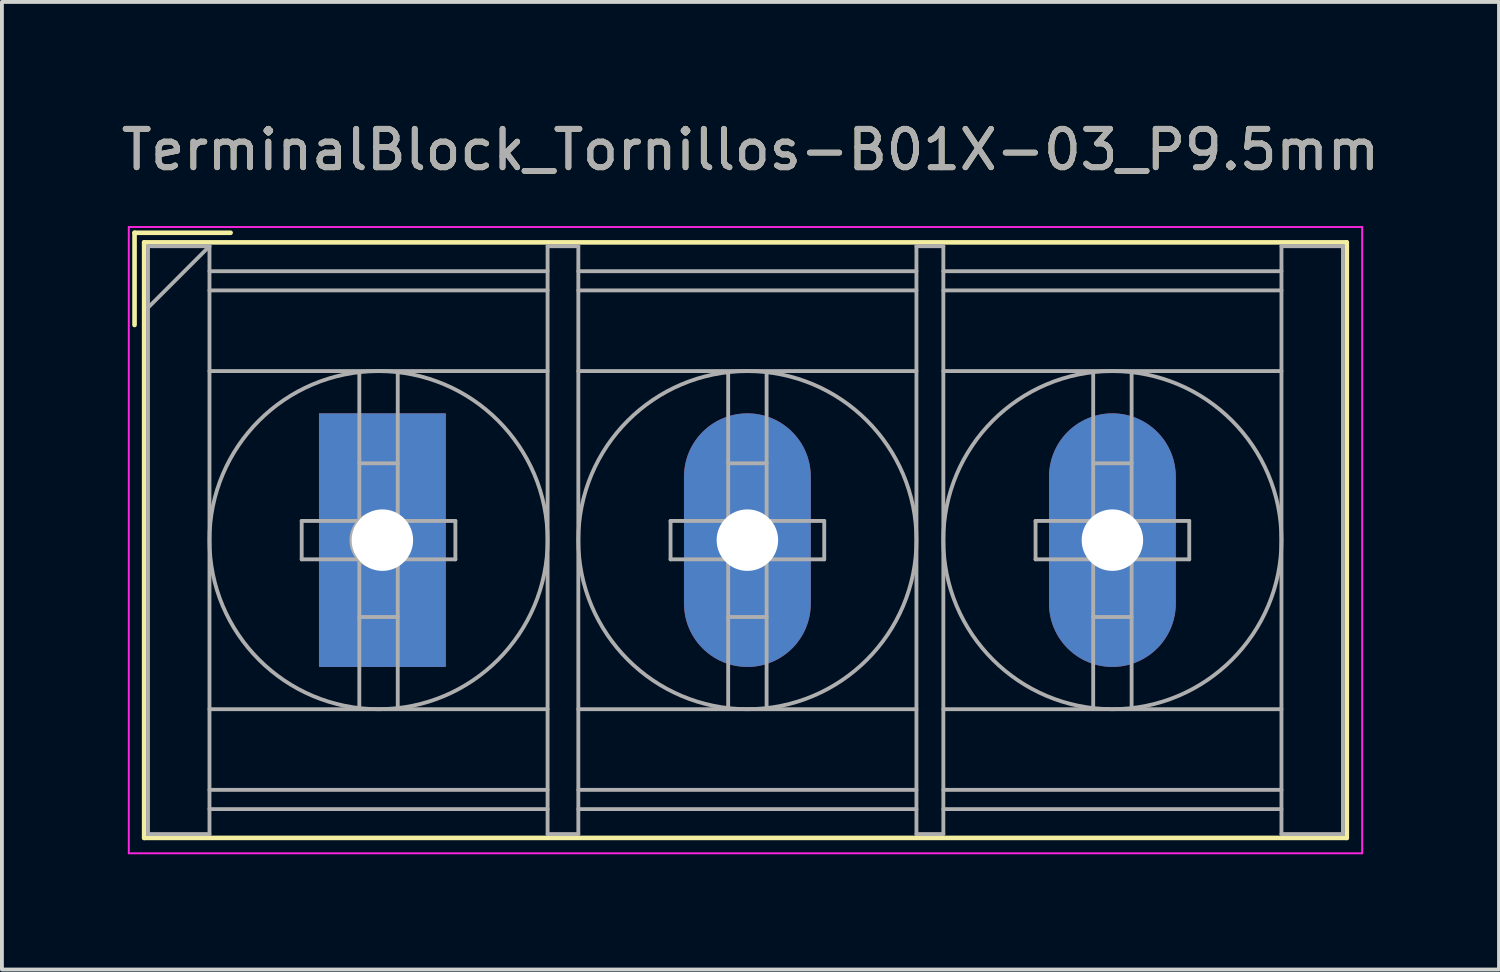
<source format=kicad_pcb>
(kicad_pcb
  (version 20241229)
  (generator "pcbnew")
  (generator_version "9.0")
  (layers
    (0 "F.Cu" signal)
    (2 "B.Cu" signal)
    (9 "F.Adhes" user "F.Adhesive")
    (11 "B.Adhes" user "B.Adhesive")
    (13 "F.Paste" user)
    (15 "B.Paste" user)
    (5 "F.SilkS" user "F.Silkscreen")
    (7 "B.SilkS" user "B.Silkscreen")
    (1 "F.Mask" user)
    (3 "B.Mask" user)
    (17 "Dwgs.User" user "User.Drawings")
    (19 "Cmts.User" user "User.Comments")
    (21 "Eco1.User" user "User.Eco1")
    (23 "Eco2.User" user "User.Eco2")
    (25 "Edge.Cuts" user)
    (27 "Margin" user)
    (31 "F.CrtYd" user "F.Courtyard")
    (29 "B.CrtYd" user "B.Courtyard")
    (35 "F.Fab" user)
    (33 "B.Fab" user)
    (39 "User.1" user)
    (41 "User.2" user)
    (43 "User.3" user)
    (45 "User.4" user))
  (footprint "TerminalBlock_Tornillos-B01X-03_P9.5mm"
    (layer "F.Cu")
    (at 6.402 11.008)
    (property "Reference" "TerminalBlock_Tornillos-B01X-03_P9.5mm" (at 10.08 -10.16 0) (layer "F.SilkS") (effects (font (size 1 1) (thickness 0.15))))
    (attr through_hole)
    (fp_line (start -5.95 -8) (end -3.45 -8) (stroke (width 0.12) (type solid)) (layer "F.SilkS"))
    (fp_line (start -5.95 -5.6) (end -5.95 -8) (stroke (width 0.12) (type solid)) (layer "F.SilkS"))
    (fp_line (start -5.7 -7.75) (end 25.6 -7.75) (stroke (width 0.12) (type solid)) (layer "F.SilkS"))
    (fp_line (start -5.7 7.75) (end -5.7 -7.75) (stroke (width 0.12) (type solid)) (layer "F.SilkS"))
    (fp_line (start -5.7 7.75) (end 25.6 7.75) (stroke (width 0.12) (type solid)) (layer "F.SilkS"))
    (fp_line (start 25.6 -7.75) (end 25.6 7.75) (stroke (width 0.12) (type solid)) (layer "F.SilkS"))
    (fp_line (start -6.1 -8.15) (end 26 -8.15) (stroke (width 0.05) (type solid)) (layer "F.CrtYd"))
    (fp_line (start -6.1 8.15) (end -6.1 -8.15) (stroke (width 0.05) (type solid)) (layer "F.CrtYd"))
    (fp_line (start -6.1 8.15) (end 26 8.15) (stroke (width 0.05) (type solid)) (layer "F.CrtYd"))
    (fp_line (start 26 -8.15) (end 26 8.15) (stroke (width 0.05) (type solid)) (layer "F.CrtYd"))
    (fp_line (start -5.6 -7.65) (end -5.6 7.65) (stroke (width 0.1) (type solid)) (layer "F.Fab"))
    (fp_line (start -5.6 -7.65) (end -4 -7.65) (stroke (width 0.1) (type solid)) (layer "F.Fab"))
    (fp_line (start -5.6 7.65) (end -4 7.65) (stroke (width 0.1) (type solid)) (layer "F.Fab"))
    (fp_line (start -4 -7.65) (end -5.6 -6.05) (stroke (width 0.1) (type solid)) (layer "F.Fab"))
    (fp_line (start -4 -7.65) (end -4 7.65) (stroke (width 0.1) (type solid)) (layer "F.Fab"))
    (fp_line (start -4 -7) (end 4.8 -7) (stroke (width 0.1) (type solid)) (layer "F.Fab"))
    (fp_line (start -4 -6.5) (end 4.8 -6.5) (stroke (width 0.1) (type solid)) (layer "F.Fab"))
    (fp_line (start -4 -4.4) (end 4.8 -4.4) (stroke (width 0.1) (type solid)) (layer "F.Fab"))
    (fp_line (start -4 4.4) (end 4.8 4.4) (stroke (width 0.1) (type solid)) (layer "F.Fab"))
    (fp_line (start -4 6.5) (end 4.8 6.5) (stroke (width 0.1) (type solid)) (layer "F.Fab"))
    (fp_line (start -4 7) (end 4.8 7) (stroke (width 0.1) (type solid)) (layer "F.Fab"))
    (fp_line (start -1.6 -0.5) (end -1.6 0.5) (stroke (width 0.1) (type solid)) (layer "F.Fab"))
    (fp_line (start -1.6 0.5) (end -0.1 0.5) (stroke (width 0.1) (type solid)) (layer "F.Fab"))
    (fp_line (start -0.1 -4.35) (end -0.1 -0.5) (stroke (width 0.1) (type solid)) (layer "F.Fab"))
    (fp_line (start -0.1 -2) (end 0.9 -2) (stroke (width 0.1) (type solid)) (layer "F.Fab"))
    (fp_line (start -0.1 -0.5) (end -1.6 -0.5) (stroke (width 0.1) (type solid)) (layer "F.Fab"))
    (fp_line (start -0.1 0.5) (end -0.1 4.35) (stroke (width 0.1) (type solid)) (layer "F.Fab"))
    (fp_line (start -0.1 2) (end 0.9 2) (stroke (width 0.1) (type solid)) (layer "F.Fab"))
    (fp_line (start 0.9 -4.35) (end 0.9 -0.5) (stroke (width 0.1) (type solid)) (layer "F.Fab"))
    (fp_line (start 0.9 -0.5) (end 2.4 -0.5) (stroke (width 0.1) (type solid)) (layer "F.Fab"))
    (fp_line (start 0.9 0.5) (end 0.9 4.35) (stroke (width 0.1) (type solid)) (layer "F.Fab"))
    (fp_line (start 2.4 -0.5) (end 2.4 0.5) (stroke (width 0.1) (type solid)) (layer "F.Fab"))
    (fp_line (start 2.4 0.5) (end 0.9 0.5) (stroke (width 0.1) (type solid)) (layer "F.Fab"))
    (fp_line (start 4.8 -7.65) (end 4.8 7.65) (stroke (width 0.1) (type solid)) (layer "F.Fab"))
    (fp_line (start 4.8 -7.65) (end 5.6 -7.65) (stroke (width 0.1) (type solid)) (layer "F.Fab"))
    (fp_line (start 4.8 7.65) (end 5.6 7.65) (stroke (width 0.1) (type solid)) (layer "F.Fab"))
    (fp_line (start 5.6 -7.65) (end 5.6 7.65) (stroke (width 0.1) (type solid)) (layer "F.Fab"))
    (fp_line (start 5.6 -7) (end 14.4 -7) (stroke (width 0.1) (type solid)) (layer "F.Fab"))
    (fp_line (start 5.6 -6.5) (end 14.4 -6.5) (stroke (width 0.1) (type solid)) (layer "F.Fab"))
    (fp_line (start 5.6 -4.4) (end 14.4 -4.4) (stroke (width 0.1) (type solid)) (layer "F.Fab"))
    (fp_line (start 5.6 4.4) (end 14.4 4.4) (stroke (width 0.1) (type solid)) (layer "F.Fab"))
    (fp_line (start 5.6 6.5) (end 14.4 6.5) (stroke (width 0.1) (type solid)) (layer "F.Fab"))
    (fp_line (start 5.6 7) (end 14.4 7) (stroke (width 0.1) (type solid)) (layer "F.Fab"))
    (fp_line (start 8 -0.5) (end 8 0.5) (stroke (width 0.1) (type solid)) (layer "F.Fab"))
    (fp_line (start 8 0.5) (end 9.5 0.5) (stroke (width 0.1) (type solid)) (layer "F.Fab"))
    (fp_line (start 9.5 -4.35) (end 9.5 -0.5) (stroke (width 0.1) (type solid)) (layer "F.Fab"))
    (fp_line (start 9.5 -2) (end 10.5 -2) (stroke (width 0.1) (type solid)) (layer "F.Fab"))
    (fp_line (start 9.5 -0.5) (end 8 -0.5) (stroke (width 0.1) (type solid)) (layer "F.Fab"))
    (fp_line (start 9.5 0.5) (end 9.5 4.35) (stroke (width 0.1) (type solid)) (layer "F.Fab"))
    (fp_line (start 9.5 2) (end 10.5 2) (stroke (width 0.1) (type solid)) (layer "F.Fab"))
    (fp_line (start 10.5 -4.35) (end 10.5 -0.5) (stroke (width 0.1) (type solid)) (layer "F.Fab"))
    (fp_line (start 10.5 -0.5) (end 12 -0.5) (stroke (width 0.1) (type solid)) (layer "F.Fab"))
    (fp_line (start 10.5 0.5) (end 10.5 4.35) (stroke (width 0.1) (type solid)) (layer "F.Fab"))
    (fp_line (start 12 -0.5) (end 12 0.5) (stroke (width 0.1) (type solid)) (layer "F.Fab"))
    (fp_line (start 12 0.5) (end 10.5 0.5) (stroke (width 0.1) (type solid)) (layer "F.Fab"))
    (fp_line (start 14.4 -7.65) (end 14.4 7.65) (stroke (width 0.1) (type solid)) (layer "F.Fab"))
    (fp_line (start 14.4 -7.65) (end 15.1 -7.65) (stroke (width 0.1) (type solid)) (layer "F.Fab"))
    (fp_line (start 14.4 7.65) (end 15.1 7.65) (stroke (width 0.1) (type solid)) (layer "F.Fab"))
    (fp_line (start 15.1 -7.65) (end 15.1 7.65) (stroke (width 0.1) (type solid)) (layer "F.Fab"))
    (fp_line (start 15.1 -7) (end 23.9 -7) (stroke (width 0.1) (type solid)) (layer "F.Fab"))
    (fp_line (start 15.1 -6.5) (end 23.9 -6.5) (stroke (width 0.1) (type solid)) (layer "F.Fab"))
    (fp_line (start 15.1 -4.4) (end 23.9 -4.4) (stroke (width 0.1) (type solid)) (layer "F.Fab"))
    (fp_line (start 15.1 4.4) (end 23.9 4.4) (stroke (width 0.1) (type solid)) (layer "F.Fab"))
    (fp_line (start 15.1 6.5) (end 23.9 6.5) (stroke (width 0.1) (type solid)) (layer "F.Fab"))
    (fp_line (start 15.1 7) (end 23.9 7) (stroke (width 0.1) (type solid)) (layer "F.Fab"))
    (fp_line (start 17.5 -0.5) (end 17.5 0.5) (stroke (width 0.1) (type solid)) (layer "F.Fab"))
    (fp_line (start 17.5 0.5) (end 19 0.5) (stroke (width 0.1) (type solid)) (layer "F.Fab"))
    (fp_line (start 19 -4.35) (end 19 -0.5) (stroke (width 0.1) (type solid)) (layer "F.Fab"))
    (fp_line (start 19 -2) (end 20 -2) (stroke (width 0.1) (type solid)) (layer "F.Fab"))
    (fp_line (start 19 -0.5) (end 17.5 -0.5) (stroke (width 0.1) (type solid)) (layer "F.Fab"))
    (fp_line (start 19 0.5) (end 19 4.35) (stroke (width 0.1) (type solid)) (layer "F.Fab"))
    (fp_line (start 19 2) (end 20 2) (stroke (width 0.1) (type solid)) (layer "F.Fab"))
    (fp_line (start 20 -4.35) (end 20 -0.5) (stroke (width 0.1) (type solid)) (layer "F.Fab"))
    (fp_line (start 20 -0.5) (end 21.5 -0.5) (stroke (width 0.1) (type solid)) (layer "F.Fab"))
    (fp_line (start 20 0.5) (end 20 4.35) (stroke (width 0.1) (type solid)) (layer "F.Fab"))
    (fp_line (start 21.5 -0.5) (end 21.5 0.5) (stroke (width 0.1) (type solid)) (layer "F.Fab"))
    (fp_line (start 21.5 0.5) (end 20 0.5) (stroke (width 0.1) (type solid)) (layer "F.Fab"))
    (fp_line (start 23.9 -7.65) (end 23.9 7.65) (stroke (width 0.1) (type solid)) (layer "F.Fab"))
    (fp_line (start 23.9 -7.65) (end 25.5 -7.65) (stroke (width 0.1) (type solid)) (layer "F.Fab"))
    (fp_line (start 23.9 7.65) (end 25.5 7.65) (stroke (width 0.1) (type solid)) (layer "F.Fab"))
    (fp_line (start 25.5 -7.65) (end 25.5 7.65) (stroke (width 0.1) (type solid)) (layer "F.Fab"))
    (fp_circle (center 0.4 0) (end 0.9 0.5) (stroke (width 0.1) (type solid)) (fill no) (layer "F.Fab"))
    (fp_circle (center 0.4 0) (end 4.8 0) (stroke (width 0.1) (type solid)) (fill no) (layer "F.Fab"))
    (fp_circle (center 10 0) (end 10.5 0.5) (stroke (width 0.1) (type solid)) (fill no) (layer "F.Fab"))
    (fp_circle (center 10 0) (end 14.4 0) (stroke (width 0.1) (type solid)) (fill no) (layer "F.Fab"))
    (fp_circle (center 19.5 0) (end 20 0.5) (stroke (width 0.1) (type solid)) (fill no) (layer "F.Fab"))
    (fp_circle (center 19.5 0) (end 23.9 0) (stroke (width 0.1) (type solid)) (fill no) (layer "F.Fab"))
    (fp_text user "${REFERENCE}" (at 10.08 -10.16 0) (layer "F.Fab") (effects (font (size 1 1) (thickness 0.15))))
    (pad "1" thru_hole rect (at 0.5 0) (size 3.3 6.6) (drill 1.6) (layers "*.Cu" "*.Mask"))
    (pad "2" thru_hole oval (at 10 0) (size 3.3 6.6) (drill 1.6) (layers "*.Cu" "*.Mask"))
    (pad "3" thru_hole oval (at 19.5 0) (size 3.3 6.6) (drill 1.6) (layers "*.Cu" "*.Mask")))
  (gr_rect
    (start -3 -3)
    (end 35.964 22.183)
    (stroke (width 0.1) (type default))
    (fill no)
    (layer "Edge.Cuts")))
</source>
